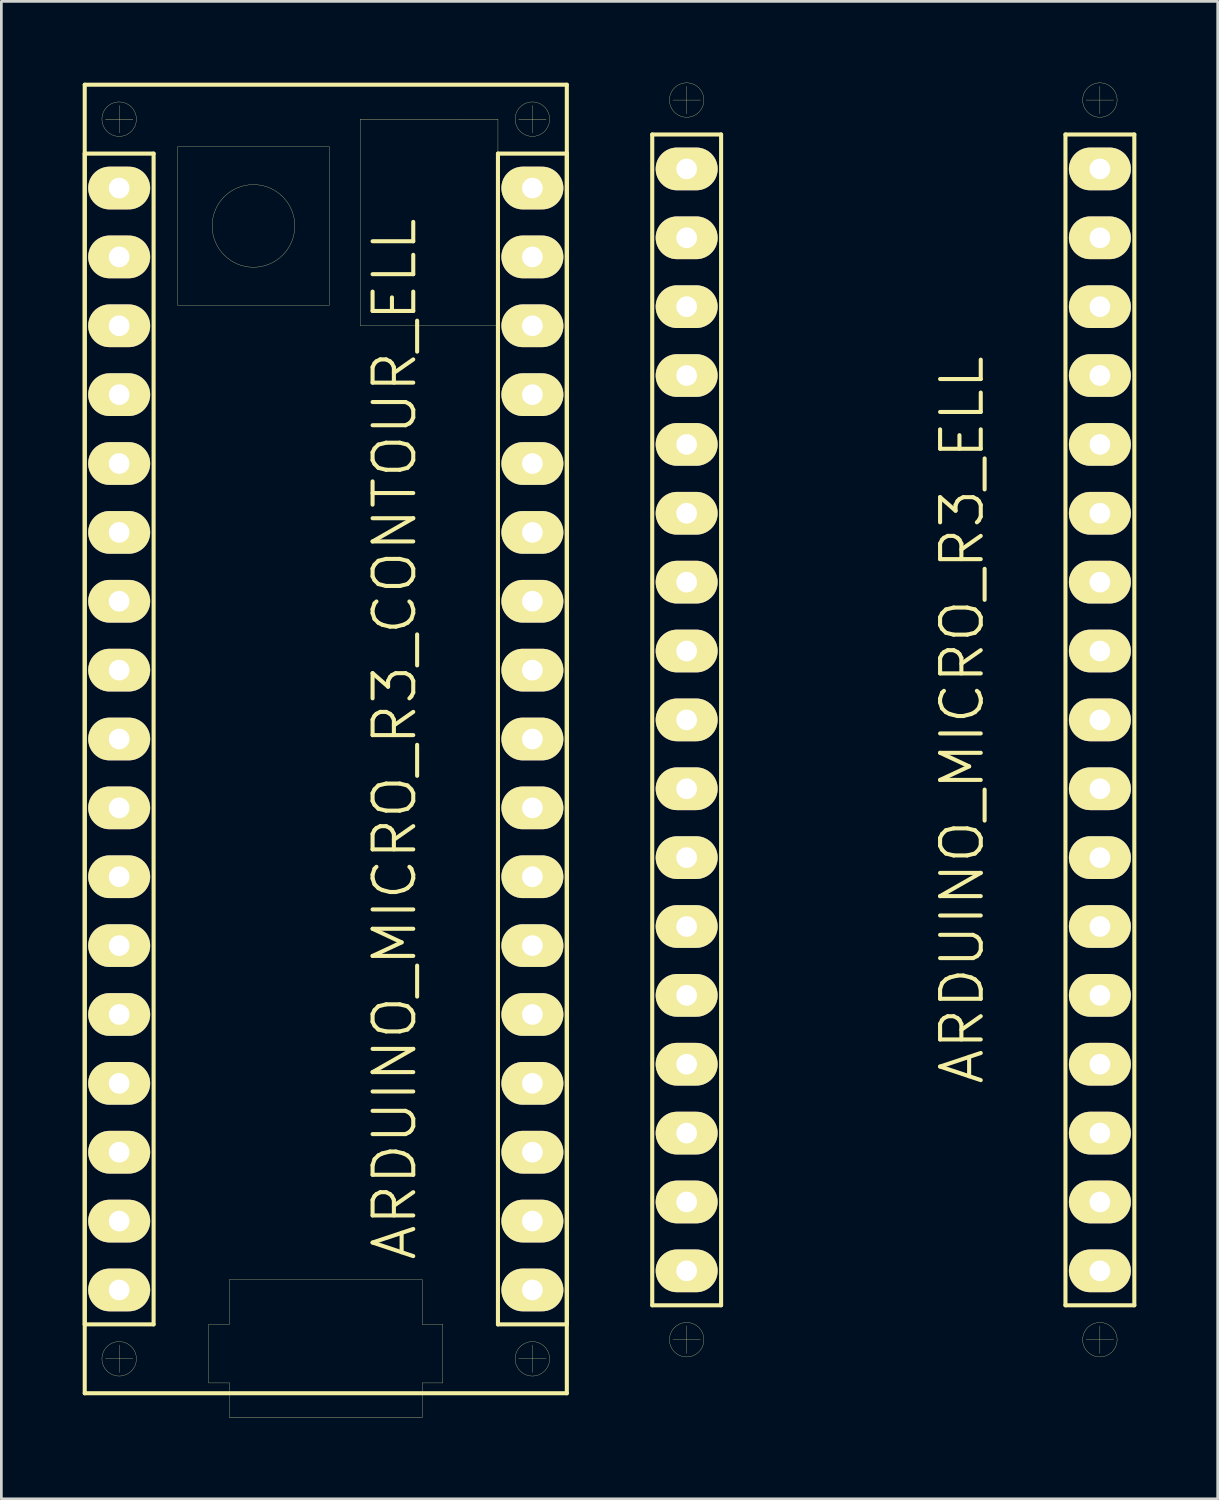
<source format=kicad_pcb>
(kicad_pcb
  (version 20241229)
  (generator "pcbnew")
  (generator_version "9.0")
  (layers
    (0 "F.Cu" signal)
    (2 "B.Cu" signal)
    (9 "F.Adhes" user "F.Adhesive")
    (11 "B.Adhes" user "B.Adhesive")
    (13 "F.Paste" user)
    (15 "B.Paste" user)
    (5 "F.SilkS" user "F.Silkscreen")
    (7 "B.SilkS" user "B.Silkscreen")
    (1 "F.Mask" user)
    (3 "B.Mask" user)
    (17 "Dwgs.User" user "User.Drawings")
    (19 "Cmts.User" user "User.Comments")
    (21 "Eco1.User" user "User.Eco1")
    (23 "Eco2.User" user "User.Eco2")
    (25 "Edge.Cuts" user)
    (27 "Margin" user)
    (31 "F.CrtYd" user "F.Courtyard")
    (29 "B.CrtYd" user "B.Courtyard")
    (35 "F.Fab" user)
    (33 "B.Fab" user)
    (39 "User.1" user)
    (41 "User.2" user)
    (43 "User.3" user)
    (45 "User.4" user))
  (footprint "ARDUINO_MICRO_R3_ELL"
    (layer "F.Cu")
    (at 29.895 23.5)
    (property "Reference" "ARDUINO_MICRO_R3_ELL" (at 2.54 0 90) (layer "F.SilkS") (effects (font (size 1.5 1.5) (thickness 0.15))))
    (attr through_hole)
    (fp_line (start -8.89 -21.59) (end -6.35 -21.59) (stroke (width 0.15) (type solid)) (layer "F.SilkS"))
    (fp_line (start -8.89 21.59) (end -8.89 -21.59) (stroke (width 0.15) (type solid)) (layer "F.SilkS"))
    (fp_line (start -8.128 -22.86) (end -7.112 -22.86) (stroke (width 0.01) (type solid)) (layer "F.SilkS"))
    (fp_line (start -8.128 22.86) (end -7.112 22.86) (stroke (width 0.01) (type solid)) (layer "F.SilkS"))
    (fp_line (start -7.62 -23.368) (end -7.62 -22.352) (stroke (width 0.01) (type solid)) (layer "F.SilkS"))
    (fp_line (start -7.62 22.352) (end -7.62 23.368) (stroke (width 0.01) (type solid)) (layer "F.SilkS"))
    (fp_line (start -6.35 -21.59) (end -6.35 21.59) (stroke (width 0.15) (type solid)) (layer "F.SilkS"))
    (fp_line (start -6.35 21.59) (end -8.89 21.59) (stroke (width 0.15) (type solid)) (layer "F.SilkS"))
    (fp_line (start 6.35 -21.59) (end 8.89 -21.59) (stroke (width 0.15) (type solid)) (layer "F.SilkS"))
    (fp_line (start 6.35 21.59) (end 6.35 -21.59) (stroke (width 0.15) (type solid)) (layer "F.SilkS"))
    (fp_line (start 7.112 -22.86) (end 8.128 -22.86) (stroke (width 0.01) (type solid)) (layer "F.SilkS"))
    (fp_line (start 7.112 22.86) (end 8.128 22.86) (stroke (width 0.01) (type solid)) (layer "F.SilkS"))
    (fp_line (start 7.62 -23.368) (end 7.62 -22.352) (stroke (width 0.01) (type solid)) (layer "F.SilkS"))
    (fp_line (start 7.62 22.352) (end 7.62 23.368) (stroke (width 0.01) (type solid)) (layer "F.SilkS"))
    (fp_line (start 8.89 -21.59) (end 8.89 21.59) (stroke (width 0.15) (type solid)) (layer "F.SilkS"))
    (fp_line (start 8.89 21.59) (end 6.35 21.59) (stroke (width 0.15) (type solid)) (layer "F.SilkS"))
    (fp_circle (center -7.62 -22.86) (end -8.255 -22.86) (stroke (width 0.01) (type solid)) (fill no) (layer "F.SilkS"))
    (fp_circle (center -7.62 22.86) (end -8.255 22.86) (stroke (width 0.01) (type solid)) (fill no) (layer "F.SilkS"))
    (fp_circle (center 7.62 -22.86) (end 6.985 -22.86) (stroke (width 0.01) (type solid)) (fill no) (layer "F.SilkS"))
    (fp_circle (center 7.62 22.86) (end 6.985 22.86) (stroke (width 0.01) (type solid)) (fill no) (layer "F.SilkS"))
    (pad "0" thru_hole oval (at -7.62 -12.7) (size 2.286 1.575) (drill 0.762) (layers "*.Cu" "*.Mask" "F.SilkS"))
    (pad "1" thru_hole oval (at -7.62 -15.24) (size 2.286 1.575) (drill 0.762) (layers "*.Cu" "*.Mask" "F.SilkS"))
    (pad "2" thru_hole oval (at -7.62 -5.08) (size 2.286 1.575) (drill 0.762) (layers "*.Cu" "*.Mask" "F.SilkS"))
    (pad "3" thru_hole oval (at -7.62 -2.54) (size 2.286 1.575) (drill 0.762) (layers "*.Cu" "*.Mask" "F.SilkS"))
    (pad "3V3" thru_hole oval (at 7.62 17.78) (size 2.286 1.575) (drill 0.762) (layers "*.Cu" "*.Mask" "F.SilkS"))
    (pad "4" thru_hole oval (at -7.62 0) (size 2.286 1.575) (drill 0.762) (layers "*.Cu" "*.Mask" "F.SilkS"))
    (pad "5" thru_hole oval (at -7.62 2.54) (size 2.286 1.575) (drill 0.762) (layers "*.Cu" "*.Mask" "F.SilkS"))
    (pad "5V" thru_hole oval (at 7.62 -7.62) (size 2.286 1.575) (drill 0.762) (layers "*.Cu" "*.Mask" "F.SilkS"))
    (pad "6" thru_hole oval (at -7.62 5.08) (size 2.286 1.575) (drill 0.762) (layers "*.Cu" "*.Mask" "F.SilkS"))
    (pad "7" thru_hole oval (at -7.62 7.62) (size 2.286 1.575) (drill 0.762) (layers "*.Cu" "*.Mask" "F.SilkS"))
    (pad "8" thru_hole oval (at -7.62 10.16) (size 2.286 1.575) (drill 0.762) (layers "*.Cu" "*.Mask" "F.SilkS"))
    (pad "9" thru_hole oval (at -7.62 12.7) (size 2.286 1.575) (drill 0.762) (layers "*.Cu" "*.Mask" "F.SilkS"))
    (pad "10" thru_hole oval (at -7.62 15.24) (size 2.286 1.575) (drill 0.762) (layers "*.Cu" "*.Mask" "F.SilkS"))
    (pad "11" thru_hole oval (at -7.62 17.78) (size 2.286 1.575) (drill 0.762) (layers "*.Cu" "*.Mask" "F.SilkS"))
    (pad "12" thru_hole oval (at -7.62 20.32) (size 2.286 1.575) (drill 0.762) (layers "*.Cu" "*.Mask" "F.SilkS"))
    (pad "13" thru_hole oval (at 7.62 20.32) (size 2.286 1.575) (drill 0.762) (layers "*.Cu" "*.Mask" "F.SilkS"))
    (pad "A0" thru_hole oval (at 7.62 12.7) (size 2.286 1.575) (drill 0.762) (layers "*.Cu" "*.Mask" "F.SilkS"))
    (pad "A1" thru_hole oval (at 7.62 10.16) (size 2.286 1.575) (drill 0.762) (layers "*.Cu" "*.Mask" "F.SilkS"))
    (pad "A2" thru_hole oval (at 7.62 7.62) (size 2.286 1.575) (drill 0.762) (layers "*.Cu" "*.Mask" "F.SilkS"))
    (pad "A3" thru_hole oval (at 7.62 5.08) (size 2.286 1.575) (drill 0.762) (layers "*.Cu" "*.Mask" "F.SilkS"))
    (pad "A4" thru_hole oval (at 7.62 2.54) (size 2.286 1.575) (drill 0.762) (layers "*.Cu" "*.Mask" "F.SilkS"))
    (pad "A5" thru_hole oval (at 7.62 0) (size 2.286 1.575) (drill 0.762) (layers "*.Cu" "*.Mask" "F.SilkS"))
    (pad "AREF" thru_hole oval (at 7.62 15.24) (size 2.286 1.575) (drill 0.762) (layers "*.Cu" "*.Mask" "F.SilkS"))
    (pad "GND1" thru_hole oval (at -7.62 -7.62) (size 2.286 1.575) (drill 0.762) (layers "*.Cu" "*.Mask" "F.SilkS"))
    (pad "GND2" thru_hole oval (at 7.62 -12.7) (size 2.286 1.575) (drill 0.762) (layers "*.Cu" "*.Mask" "F.SilkS"))
    (pad "MISO" thru_hole oval (at 7.62 -17.78) (size 2.286 1.575) (drill 0.762) (layers "*.Cu" "*.Mask" "F.SilkS"))
    (pad "MOSI" thru_hole oval (at -7.62 -20.32) (size 2.286 1.575) (drill 0.762) (layers "*.Cu" "*.Mask" "F.SilkS"))
    (pad "NC" thru_hole oval (at 7.62 -5.08) (size 2.286 1.575) (drill 0.762) (layers "*.Cu" "*.Mask" "F.SilkS"))
    (pad "NC" thru_hole oval (at 7.62 -2.54) (size 2.286 1.575) (drill 0.762) (layers "*.Cu" "*.Mask" "F.SilkS"))
    (pad "RST1" thru_hole oval (at -7.62 -10.16) (size 2.286 1.575) (drill 0.762) (layers "*.Cu" "*.Mask" "F.SilkS"))
    (pad "RST2" thru_hole oval (at 7.62 -10.16) (size 2.286 1.575) (drill 0.762) (layers "*.Cu" "*.Mask" "F.SilkS"))
    (pad "SCK" thru_hole oval (at 7.62 -20.32) (size 2.286 1.575) (drill 0.762) (layers "*.Cu" "*.Mask" "F.SilkS"))
    (pad "SS" thru_hole oval (at -7.62 -17.78) (size 2.286 1.575) (drill 0.762) (layers "*.Cu" "*.Mask" "F.SilkS"))
    (pad "VIN" thru_hole oval (at 7.62 -15.24) (size 2.286 1.575) (drill 0.762) (layers "*.Cu" "*.Mask" "F.SilkS")))
  (footprint "ARDUINO_MICRO_R3_CONTOUR_ELL"
    (layer "F.Cu")
    (at 8.965 24.205)
    (property "Reference" "ARDUINO_MICRO_R3_CONTOUR_ELL" (at 2.54 0 90) (layer "F.SilkS") (effects (font (size 1.5 1.5) (thickness 0.15))))
    (attr through_hole)
    (fp_line (start -8.89 -24.13) (end 8.89 -24.13) (stroke (width 0.15) (type solid)) (layer "F.SilkS"))
    (fp_line (start -8.89 -21.59) (end -6.35 -21.59) (stroke (width 0.15) (type solid)) (layer "F.SilkS"))
    (fp_line (start -8.89 21.59) (end -8.89 -21.59) (stroke (width 0.15) (type solid)) (layer "F.SilkS"))
    (fp_line (start -8.89 24.13) (end -8.89 -24.13) (stroke (width 0.15) (type solid)) (layer "F.SilkS"))
    (fp_line (start -8.128 -22.86) (end -7.112 -22.86) (stroke (width 0.01) (type solid)) (layer "F.SilkS"))
    (fp_line (start -8.128 22.86) (end -7.112 22.86) (stroke (width 0.01) (type solid)) (layer "F.SilkS"))
    (fp_line (start -7.62 -23.368) (end -7.62 -22.352) (stroke (width 0.01) (type solid)) (layer "F.SilkS"))
    (fp_line (start -7.62 22.352) (end -7.62 23.368) (stroke (width 0.01) (type solid)) (layer "F.SilkS"))
    (fp_line (start -6.35 -21.59) (end -6.35 21.59) (stroke (width 0.15) (type solid)) (layer "F.SilkS"))
    (fp_line (start -6.35 21.59) (end -8.89 21.59) (stroke (width 0.15) (type solid)) (layer "F.SilkS"))
    (fp_line (start -5.461 -21.844) (end 0.127 -21.844) (stroke (width 0.01) (type solid)) (layer "F.SilkS"))
    (fp_line (start -5.461 -16.002) (end -5.461 -21.844) (stroke (width 0.01) (type solid)) (layer "F.SilkS"))
    (fp_line (start -4.318 21.59) (end -4.318 23.749) (stroke (width 0.01) (type solid)) (layer "F.SilkS"))
    (fp_line (start -4.318 23.749) (end -3.556 23.749) (stroke (width 0.01) (type solid)) (layer "F.SilkS"))
    (fp_line (start -3.556 19.939) (end -3.556 21.59) (stroke (width 0.01) (type solid)) (layer "F.SilkS"))
    (fp_line (start -3.556 21.59) (end -4.318 21.59) (stroke (width 0.01) (type solid)) (layer "F.SilkS"))
    (fp_line (start -3.556 23.749) (end -3.556 25.019) (stroke (width 0.01) (type solid)) (layer "F.SilkS"))
    (fp_line (start -3.556 25.019) (end 3.556 25.019) (stroke (width 0.01) (type solid)) (layer "F.SilkS"))
    (fp_line (start 0.127 -21.844) (end 0.127 -16.002) (stroke (width 0.01) (type solid)) (layer "F.SilkS"))
    (fp_line (start 0.127 -16.002) (end -5.461 -16.002) (stroke (width 0.01) (type solid)) (layer "F.SilkS"))
    (fp_line (start 1.27 -22.86) (end 5.08 -22.86) (stroke (width 0.01) (type solid)) (layer "F.SilkS"))
    (fp_line (start 1.27 -15.24) (end 1.27 -22.86) (stroke (width 0.01) (type solid)) (layer "F.SilkS"))
    (fp_line (start 3.556 19.939) (end -3.556 19.939) (stroke (width 0.01) (type solid)) (layer "F.SilkS"))
    (fp_line (start 3.556 21.59) (end 3.556 19.939) (stroke (width 0.01) (type solid)) (layer "F.SilkS"))
    (fp_line (start 3.556 23.749) (end 4.318 23.749) (stroke (width 0.01) (type solid)) (layer "F.SilkS"))
    (fp_line (start 3.556 25.019) (end 3.556 23.749) (stroke (width 0.01) (type solid)) (layer "F.SilkS"))
    (fp_line (start 4.318 21.59) (end 3.556 21.59) (stroke (width 0.01) (type solid)) (layer "F.SilkS"))
    (fp_line (start 4.318 23.749) (end 4.318 21.59) (stroke (width 0.01) (type solid)) (layer "F.SilkS"))
    (fp_line (start 5.08 -22.86) (end 6.35 -22.86) (stroke (width 0.01) (type solid)) (layer "F.SilkS"))
    (fp_line (start 6.35 -22.86) (end 6.35 -15.24) (stroke (width 0.01) (type solid)) (layer "F.SilkS"))
    (fp_line (start 6.35 -21.59) (end 8.89 -21.59) (stroke (width 0.15) (type solid)) (layer "F.SilkS"))
    (fp_line (start 6.35 -15.24) (end 1.27 -15.24) (stroke (width 0.01) (type solid)) (layer "F.SilkS"))
    (fp_line (start 6.35 21.59) (end 6.35 -21.59) (stroke (width 0.15) (type solid)) (layer "F.SilkS"))
    (fp_line (start 7.112 -22.86) (end 8.128 -22.86) (stroke (width 0.01) (type solid)) (layer "F.SilkS"))
    (fp_line (start 7.112 22.86) (end 8.128 22.86) (stroke (width 0.01) (type solid)) (layer "F.SilkS"))
    (fp_line (start 7.62 -23.368) (end 7.62 -22.352) (stroke (width 0.01) (type solid)) (layer "F.SilkS"))
    (fp_line (start 7.62 22.352) (end 7.62 23.368) (stroke (width 0.01) (type solid)) (layer "F.SilkS"))
    (fp_line (start 8.89 -24.13) (end 8.89 24.13) (stroke (width 0.15) (type solid)) (layer "F.SilkS"))
    (fp_line (start 8.89 -21.59) (end 8.89 21.59) (stroke (width 0.15) (type solid)) (layer "F.SilkS"))
    (fp_line (start 8.89 21.59) (end 6.35 21.59) (stroke (width 0.15) (type solid)) (layer "F.SilkS"))
    (fp_line (start 8.89 24.13) (end -8.89 24.13) (stroke (width 0.15) (type solid)) (layer "F.SilkS"))
    (fp_circle (center -7.62 -22.86) (end -8.255 -22.86) (stroke (width 0.01) (type solid)) (fill no) (layer "F.SilkS"))
    (fp_circle (center -7.62 22.86) (end -8.255 22.86) (stroke (width 0.01) (type solid)) (fill no) (layer "F.SilkS"))
    (fp_circle (center -2.667 -18.923) (end -4.191 -18.923) (stroke (width 0.01) (type solid)) (fill no) (layer "F.SilkS"))
    (fp_circle (center 7.62 -22.86) (end 6.985 -22.86) (stroke (width 0.01) (type solid)) (fill no) (layer "F.SilkS"))
    (fp_circle (center 7.62 22.86) (end 6.985 22.86) (stroke (width 0.01) (type solid)) (fill no) (layer "F.SilkS"))
    (pad "0" thru_hole oval (at -7.62 -12.7) (size 2.286 1.575) (drill 0.762) (layers "*.Cu" "*.Mask" "F.SilkS"))
    (pad "1" thru_hole oval (at -7.62 -15.24) (size 2.286 1.575) (drill 0.762) (layers "*.Cu" "*.Mask" "F.SilkS"))
    (pad "2" thru_hole oval (at -7.62 -5.08) (size 2.286 1.575) (drill 0.762) (layers "*.Cu" "*.Mask" "F.SilkS"))
    (pad "3" thru_hole oval (at -7.62 -2.54) (size 2.286 1.575) (drill 0.762) (layers "*.Cu" "*.Mask" "F.SilkS"))
    (pad "3V3" thru_hole oval (at 7.62 17.78) (size 2.286 1.575) (drill 0.762) (layers "*.Cu" "*.Mask" "F.SilkS"))
    (pad "4" thru_hole oval (at -7.62 0) (size 2.286 1.575) (drill 0.762) (layers "*.Cu" "*.Mask" "F.SilkS"))
    (pad "5" thru_hole oval (at -7.62 2.54) (size 2.286 1.575) (drill 0.762) (layers "*.Cu" "*.Mask" "F.SilkS"))
    (pad "5V" thru_hole oval (at 7.62 -7.62) (size 2.286 1.575) (drill 0.762) (layers "*.Cu" "*.Mask" "F.SilkS"))
    (pad "6" thru_hole oval (at -7.62 5.08) (size 2.286 1.575) (drill 0.762) (layers "*.Cu" "*.Mask" "F.SilkS"))
    (pad "7" thru_hole oval (at -7.62 7.62) (size 2.286 1.575) (drill 0.762) (layers "*.Cu" "*.Mask" "F.SilkS"))
    (pad "8" thru_hole oval (at -7.62 10.16) (size 2.286 1.575) (drill 0.762) (layers "*.Cu" "*.Mask" "F.SilkS"))
    (pad "9" thru_hole oval (at -7.62 12.7) (size 2.286 1.575) (drill 0.762) (layers "*.Cu" "*.Mask" "F.SilkS"))
    (pad "10" thru_hole oval (at -7.62 15.24) (size 2.286 1.575) (drill 0.762) (layers "*.Cu" "*.Mask" "F.SilkS"))
    (pad "11" thru_hole oval (at -7.62 17.78) (size 2.286 1.575) (drill 0.762) (layers "*.Cu" "*.Mask" "F.SilkS"))
    (pad "12" thru_hole oval (at -7.62 20.32) (size 2.286 1.575) (drill 0.762) (layers "*.Cu" "*.Mask" "F.SilkS"))
    (pad "13" thru_hole oval (at 7.62 20.32) (size 2.286 1.575) (drill 0.762) (layers "*.Cu" "*.Mask" "F.SilkS"))
    (pad "A0" thru_hole oval (at 7.62 12.7) (size 2.286 1.575) (drill 0.762) (layers "*.Cu" "*.Mask" "F.SilkS"))
    (pad "A1" thru_hole oval (at 7.62 10.16) (size 2.286 1.575) (drill 0.762) (layers "*.Cu" "*.Mask" "F.SilkS"))
    (pad "A2" thru_hole oval (at 7.62 7.62) (size 2.286 1.575) (drill 0.762) (layers "*.Cu" "*.Mask" "F.SilkS"))
    (pad "A3" thru_hole oval (at 7.62 5.08) (size 2.286 1.575) (drill 0.762) (layers "*.Cu" "*.Mask" "F.SilkS"))
    (pad "A4" thru_hole oval (at 7.62 2.54) (size 2.286 1.575) (drill 0.762) (layers "*.Cu" "*.Mask" "F.SilkS"))
    (pad "A5" thru_hole oval (at 7.62 0) (size 2.286 1.575) (drill 0.762) (layers "*.Cu" "*.Mask" "F.SilkS"))
    (pad "AREF" thru_hole oval (at 7.62 15.24) (size 2.286 1.575) (drill 0.762) (layers "*.Cu" "*.Mask" "F.SilkS"))
    (pad "GND1" thru_hole oval (at -7.62 -7.62) (size 2.286 1.575) (drill 0.762) (layers "*.Cu" "*.Mask" "F.SilkS"))
    (pad "GND2" thru_hole oval (at 7.62 -12.7) (size 2.286 1.575) (drill 0.762) (layers "*.Cu" "*.Mask" "F.SilkS"))
    (pad "MISO" thru_hole oval (at 7.62 -17.78) (size 2.286 1.575) (drill 0.762) (layers "*.Cu" "*.Mask" "F.SilkS"))
    (pad "MOSI" thru_hole oval (at -7.62 -20.32) (size 2.286 1.575) (drill 0.762) (layers "*.Cu" "*.Mask" "F.SilkS"))
    (pad "NC" thru_hole oval (at 7.62 -5.08) (size 2.286 1.575) (drill 0.762) (layers "*.Cu" "*.Mask" "F.SilkS"))
    (pad "NC" thru_hole oval (at 7.62 -2.54) (size 2.286 1.575) (drill 0.762) (layers "*.Cu" "*.Mask" "F.SilkS"))
    (pad "RST1" thru_hole oval (at -7.62 -10.16) (size 2.286 1.575) (drill 0.762) (layers "*.Cu" "*.Mask" "F.SilkS"))
    (pad "RST2" thru_hole oval (at 7.62 -10.16) (size 2.286 1.575) (drill 0.762) (layers "*.Cu" "*.Mask" "F.SilkS"))
    (pad "SCK" thru_hole oval (at 7.62 -20.32) (size 2.286 1.575) (drill 0.762) (layers "*.Cu" "*.Mask" "F.SilkS"))
    (pad "SS" thru_hole oval (at -7.62 -17.78) (size 2.286 1.575) (drill 0.762) (layers "*.Cu" "*.Mask" "F.SilkS"))
    (pad "VIN" thru_hole oval (at 7.62 -15.24) (size 2.286 1.575) (drill 0.762) (layers "*.Cu" "*.Mask" "F.SilkS")))
  (gr_rect
    (start -3 -3)
    (end 41.86 52.229)
    (stroke (width 0.1) (type default))
    (fill no)
    (layer "Edge.Cuts")))
</source>
